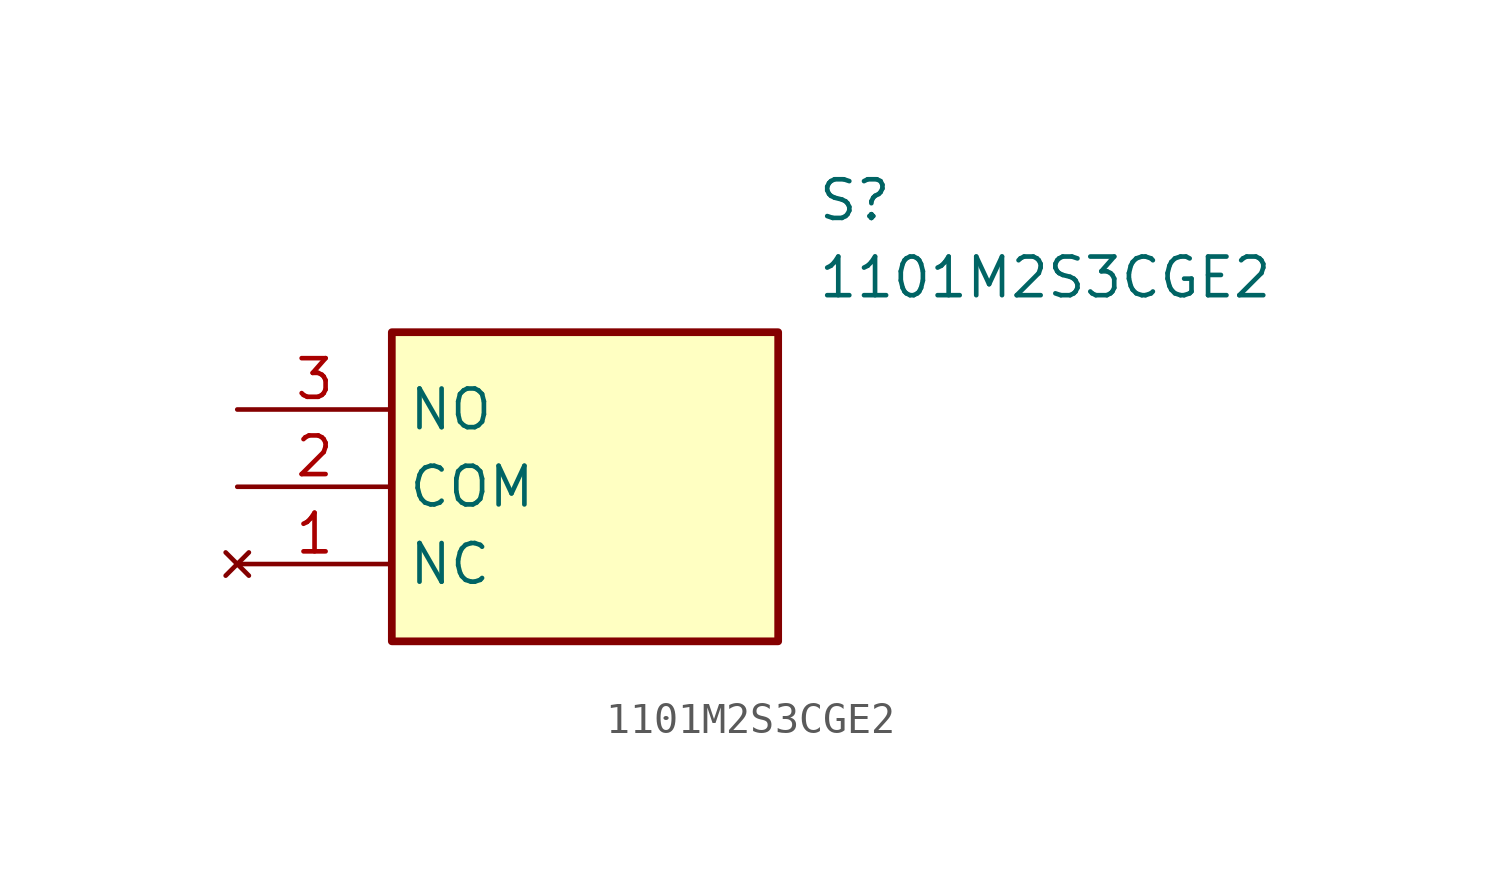
<source format=kicad_sym>
(kicad_symbol_lib
  (version 20211014)
  (generator SamacSys_ECAD_Model)
  (symbol "1101M2S3CGE2"
    (property "Reference" "S"
      (at 19.05 7.62 0)
      (effects (font (size 1.27 1.27)) (justify left top)))
    (property "Value" "1101M2S3CGE2"
      (at 19.05 5.08 0)
      (effects (font (size 1.27 1.27)) (justify left top)))
    (rectangle
      (start 5.08 2.54)
      (end 17.78 -7.62)
      (stroke (width 0.254) (type default))
      (fill (type background)))
    (pin no_connect line
      (at 0 -5.08 0)
      (length 5.08)
      (name "NC" (effects (font (size 1.27 1.27))))
      (number "1" (effects (font (size 1.27 1.27)))))
    (pin passive line
      (at 0 -2.54 0)
      (length 5.08)
      (name "COM" (effects (font (size 1.27 1.27))))
      (number "2" (effects (font (size 1.27 1.27)))))
    (pin passive line
      (at 0 0 0)
      (length 5.08)
      (name "NO" (effects (font (size 1.27 1.27))))
      (number "3" (effects (font (size 1.27 1.27)))))))
</source>
